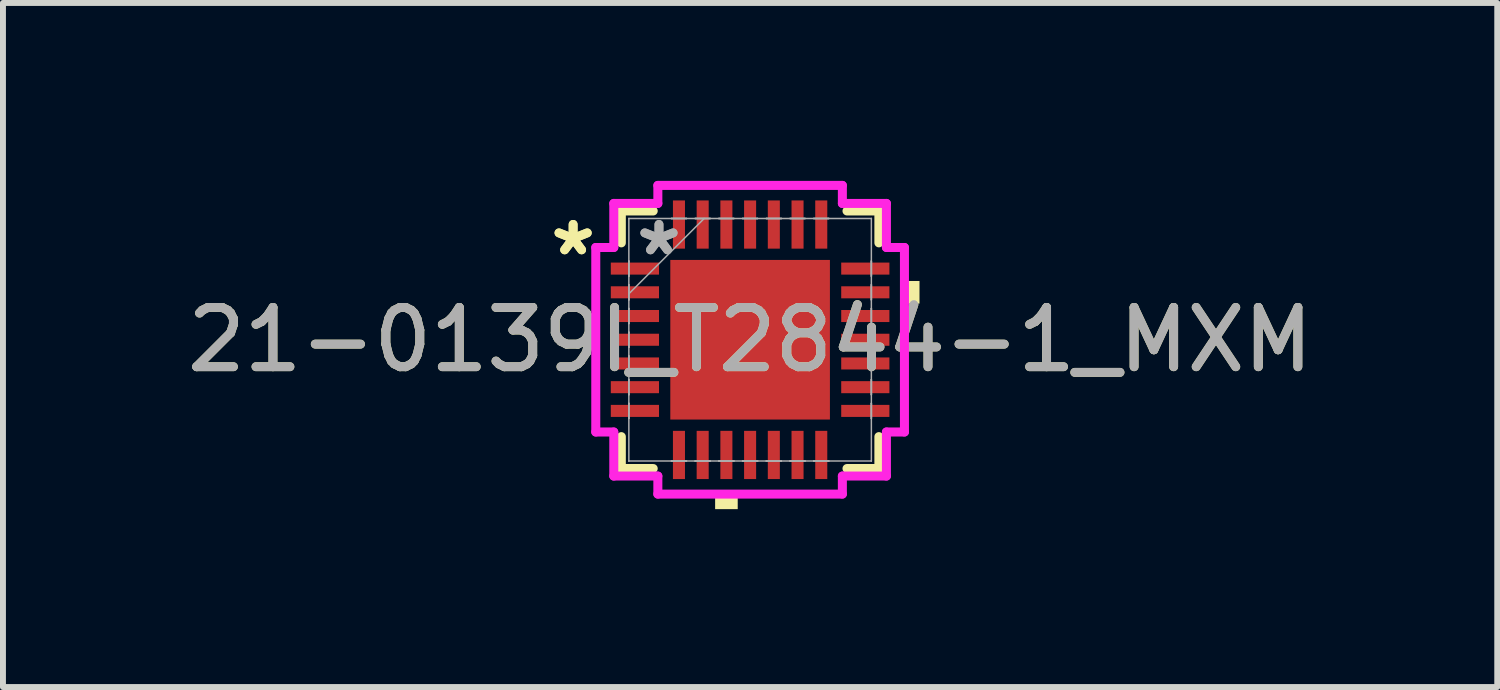
<source format=kicad_pcb>
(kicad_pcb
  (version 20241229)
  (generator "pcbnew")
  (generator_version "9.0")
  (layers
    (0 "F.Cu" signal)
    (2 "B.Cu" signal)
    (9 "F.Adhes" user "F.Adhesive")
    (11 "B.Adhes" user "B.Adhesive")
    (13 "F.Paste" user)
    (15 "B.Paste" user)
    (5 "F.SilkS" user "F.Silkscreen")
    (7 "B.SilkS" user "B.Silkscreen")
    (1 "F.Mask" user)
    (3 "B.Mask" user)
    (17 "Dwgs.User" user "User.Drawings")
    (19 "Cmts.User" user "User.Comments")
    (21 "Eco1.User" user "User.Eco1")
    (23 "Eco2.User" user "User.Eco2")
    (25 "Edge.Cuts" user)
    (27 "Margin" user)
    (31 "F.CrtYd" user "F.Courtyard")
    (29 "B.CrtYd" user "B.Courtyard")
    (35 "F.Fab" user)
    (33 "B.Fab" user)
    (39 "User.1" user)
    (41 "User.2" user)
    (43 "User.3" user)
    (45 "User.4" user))
  (footprint "21-0139I_T2844-1_MXM"
    (layer "F.Cu")
    (at 9.601 2.68)
    (property "Reference" "21-0139I_T2844-1_MXM" (at 0 0 0) (unlocked yes) (layer "F.SilkS") (effects (font (size 1 1) (thickness 0.15))))
    (attr smd)
    (fp_line (start -2.172 -2.172) (end -2.172 -1.634) (stroke (width 0.152) (type solid)) (layer "F.SilkS"))
    (fp_line (start -2.172 1.634) (end -2.172 2.172) (stroke (width 0.152) (type solid)) (layer "F.SilkS"))
    (fp_line (start -2.172 2.172) (end -1.634 2.172) (stroke (width 0.152) (type solid)) (layer "F.SilkS"))
    (fp_line (start -1.634 -2.172) (end -2.172 -2.172) (stroke (width 0.152) (type solid)) (layer "F.SilkS"))
    (fp_line (start 1.634 2.172) (end 2.172 2.172) (stroke (width 0.152) (type solid)) (layer "F.SilkS"))
    (fp_line (start 2.172 -2.172) (end 1.634 -2.172) (stroke (width 0.152) (type solid)) (layer "F.SilkS"))
    (fp_line (start 2.172 -1.634) (end 2.172 -2.172) (stroke (width 0.152) (type solid)) (layer "F.SilkS"))
    (fp_line (start 2.172 2.172) (end 2.172 1.634) (stroke (width 0.152) (type solid)) (layer "F.SilkS"))
    (fp_poly (pts (xy -0.59 2.603) (xy -0.59 2.857) (xy -0.209 2.857) (xy -0.209 2.603)) (stroke (width 0) (type solid)) (fill yes) (layer "F.SilkS"))
    (fp_poly (pts (xy 2.857 -0.991) (xy 2.857 -0.61) (xy 2.603 -0.61) (xy 2.603 -0.991)) (stroke (width 0) (type solid)) (fill yes) (layer "F.SilkS"))
    (fp_poly (pts (xy -1.246 -1.246) (xy -1.246 -0.1) (xy -0.1 -0.1) (xy -0.1 -1.246)) (stroke (width 0) (type solid)) (fill yes) (layer "F.Paste"))
    (fp_poly (pts (xy -1.246 0.1) (xy -1.246 1.246) (xy -0.1 1.246) (xy -0.1 0.1)) (stroke (width 0) (type solid)) (fill yes) (layer "F.Paste"))
    (fp_poly (pts (xy 0.1 -1.246) (xy 0.1 -0.1) (xy 1.246 -0.1) (xy 1.246 -1.246)) (stroke (width 0) (type solid)) (fill yes) (layer "F.Paste"))
    (fp_poly (pts (xy 0.1 0.1) (xy 0.1 1.246) (xy 1.246 1.246) (xy 1.246 0.1)) (stroke (width 0) (type solid)) (fill yes) (layer "F.Paste"))
    (fp_line (start -2.603 -1.556) (end -2.299 -1.556) (stroke (width 0.152) (type solid)) (layer "F.CrtYd"))
    (fp_line (start -2.603 1.556) (end -2.603 -1.556) (stroke (width 0.152) (type solid)) (layer "F.CrtYd"))
    (fp_line (start -2.299 -2.299) (end -1.556 -2.299) (stroke (width 0.152) (type solid)) (layer "F.CrtYd"))
    (fp_line (start -2.299 -1.556) (end -2.299 -2.299) (stroke (width 0.152) (type solid)) (layer "F.CrtYd"))
    (fp_line (start -2.299 1.556) (end -2.603 1.556) (stroke (width 0.152) (type solid)) (layer "F.CrtYd"))
    (fp_line (start -2.299 2.299) (end -2.299 1.556) (stroke (width 0.152) (type solid)) (layer "F.CrtYd"))
    (fp_line (start -1.556 -2.603) (end 1.556 -2.603) (stroke (width 0.152) (type solid)) (layer "F.CrtYd"))
    (fp_line (start -1.556 -2.299) (end -1.556 -2.603) (stroke (width 0.152) (type solid)) (layer "F.CrtYd"))
    (fp_line (start -1.556 2.299) (end -2.299 2.299) (stroke (width 0.152) (type solid)) (layer "F.CrtYd"))
    (fp_line (start -1.556 2.603) (end -1.556 2.299) (stroke (width 0.152) (type solid)) (layer "F.CrtYd"))
    (fp_line (start 1.556 -2.603) (end 1.556 -2.299) (stroke (width 0.152) (type solid)) (layer "F.CrtYd"))
    (fp_line (start 1.556 -2.299) (end 2.299 -2.299) (stroke (width 0.152) (type solid)) (layer "F.CrtYd"))
    (fp_line (start 1.556 2.299) (end 1.556 2.603) (stroke (width 0.152) (type solid)) (layer "F.CrtYd"))
    (fp_line (start 1.556 2.603) (end -1.556 2.603) (stroke (width 0.152) (type solid)) (layer "F.CrtYd"))
    (fp_line (start 2.299 -2.299) (end 2.299 -1.556) (stroke (width 0.152) (type solid)) (layer "F.CrtYd"))
    (fp_line (start 2.299 -1.556) (end 2.603 -1.556) (stroke (width 0.152) (type solid)) (layer "F.CrtYd"))
    (fp_line (start 2.299 1.556) (end 2.299 2.299) (stroke (width 0.152) (type solid)) (layer "F.CrtYd"))
    (fp_line (start 2.299 2.299) (end 1.556 2.299) (stroke (width 0.152) (type solid)) (layer "F.CrtYd"))
    (fp_line (start 2.603 -1.556) (end 2.603 1.556) (stroke (width 0.152) (type solid)) (layer "F.CrtYd"))
    (fp_line (start 2.603 1.556) (end 2.299 1.556) (stroke (width 0.152) (type solid)) (layer "F.CrtYd"))
    (fp_line (start -2.045 -2.045) (end -2.045 -2.045) (stroke (width 0.025) (type solid)) (layer "F.Fab"))
    (fp_line (start -2.045 -2.045) (end -2.045 2.045) (stroke (width 0.025) (type solid)) (layer "F.Fab"))
    (fp_line (start -2.045 -1.327) (end -2.045 -1.327) (stroke (width 0.025) (type solid)) (layer "F.Fab"))
    (fp_line (start -2.045 -1.327) (end -2.045 -1.073) (stroke (width 0.025) (type solid)) (layer "F.Fab"))
    (fp_line (start -2.045 -1.073) (end -2.045 -1.327) (stroke (width 0.025) (type solid)) (layer "F.Fab"))
    (fp_line (start -2.045 -1.073) (end -2.045 -1.073) (stroke (width 0.025) (type solid)) (layer "F.Fab"))
    (fp_line (start -2.045 -0.927) (end -2.045 -0.927) (stroke (width 0.025) (type solid)) (layer "F.Fab"))
    (fp_line (start -2.045 -0.927) (end -2.045 -0.673) (stroke (width 0.025) (type solid)) (layer "F.Fab"))
    (fp_line (start -2.045 -0.775) (end -0.775 -2.045) (stroke (width 0.025) (type solid)) (layer "F.Fab"))
    (fp_line (start -2.045 -0.673) (end -2.045 -0.927) (stroke (width 0.025) (type solid)) (layer "F.Fab"))
    (fp_line (start -2.045 -0.673) (end -2.045 -0.673) (stroke (width 0.025) (type solid)) (layer "F.Fab"))
    (fp_line (start -2.045 -0.527) (end -2.045 -0.527) (stroke (width 0.025) (type solid)) (layer "F.Fab"))
    (fp_line (start -2.045 -0.527) (end -2.045 -0.273) (stroke (width 0.025) (type solid)) (layer "F.Fab"))
    (fp_line (start -2.045 -0.273) (end -2.045 -0.527) (stroke (width 0.025) (type solid)) (layer "F.Fab"))
    (fp_line (start -2.045 -0.273) (end -2.045 -0.273) (stroke (width 0.025) (type solid)) (layer "F.Fab"))
    (fp_line (start -2.045 -0.127) (end -2.045 -0.127) (stroke (width 0.025) (type solid)) (layer "F.Fab"))
    (fp_line (start -2.045 -0.127) (end -2.045 0.127) (stroke (width 0.025) (type solid)) (layer "F.Fab"))
    (fp_line (start -2.045 0.127) (end -2.045 -0.127) (stroke (width 0.025) (type solid)) (layer "F.Fab"))
    (fp_line (start -2.045 0.127) (end -2.045 0.127) (stroke (width 0.025) (type solid)) (layer "F.Fab"))
    (fp_line (start -2.045 0.273) (end -2.045 0.273) (stroke (width 0.025) (type solid)) (layer "F.Fab"))
    (fp_line (start -2.045 0.273) (end -2.045 0.527) (stroke (width 0.025) (type solid)) (layer "F.Fab"))
    (fp_line (start -2.045 0.527) (end -2.045 0.273) (stroke (width 0.025) (type solid)) (layer "F.Fab"))
    (fp_line (start -2.045 0.527) (end -2.045 0.527) (stroke (width 0.025) (type solid)) (layer "F.Fab"))
    (fp_line (start -2.045 0.673) (end -2.045 0.673) (stroke (width 0.025) (type solid)) (layer "F.Fab"))
    (fp_line (start -2.045 0.673) (end -2.045 0.927) (stroke (width 0.025) (type solid)) (layer "F.Fab"))
    (fp_line (start -2.045 0.927) (end -2.045 0.673) (stroke (width 0.025) (type solid)) (layer "F.Fab"))
    (fp_line (start -2.045 0.927) (end -2.045 0.927) (stroke (width 0.025) (type solid)) (layer "F.Fab"))
    (fp_line (start -2.045 1.073) (end -2.045 1.073) (stroke (width 0.025) (type solid)) (layer "F.Fab"))
    (fp_line (start -2.045 1.073) (end -2.045 1.327) (stroke (width 0.025) (type solid)) (layer "F.Fab"))
    (fp_line (start -2.045 1.327) (end -2.045 1.073) (stroke (width 0.025) (type solid)) (layer "F.Fab"))
    (fp_line (start -2.045 1.327) (end -2.045 1.327) (stroke (width 0.025) (type solid)) (layer "F.Fab"))
    (fp_line (start -2.045 2.045) (end -2.045 2.045) (stroke (width 0.025) (type solid)) (layer "F.Fab"))
    (fp_line (start -2.045 2.045) (end 2.045 2.045) (stroke (width 0.025) (type solid)) (layer "F.Fab"))
    (fp_line (start -1.327 -2.045) (end -1.327 -2.045) (stroke (width 0.025) (type solid)) (layer "F.Fab"))
    (fp_line (start -1.327 -2.045) (end -1.073 -2.045) (stroke (width 0.025) (type solid)) (layer "F.Fab"))
    (fp_line (start -1.327 2.045) (end -1.327 2.045) (stroke (width 0.025) (type solid)) (layer "F.Fab"))
    (fp_line (start -1.327 2.045) (end -1.073 2.045) (stroke (width 0.025) (type solid)) (layer "F.Fab"))
    (fp_line (start -1.073 -2.045) (end -1.327 -2.045) (stroke (width 0.025) (type solid)) (layer "F.Fab"))
    (fp_line (start -1.073 -2.045) (end -1.073 -2.045) (stroke (width 0.025) (type solid)) (layer "F.Fab"))
    (fp_line (start -1.073 2.045) (end -1.327 2.045) (stroke (width 0.025) (type solid)) (layer "F.Fab"))
    (fp_line (start -1.073 2.045) (end -1.073 2.045) (stroke (width 0.025) (type solid)) (layer "F.Fab"))
    (fp_line (start -0.927 -2.045) (end -0.927 -2.045) (stroke (width 0.025) (type solid)) (layer "F.Fab"))
    (fp_line (start -0.927 -2.045) (end -0.673 -2.045) (stroke (width 0.025) (type solid)) (layer "F.Fab"))
    (fp_line (start -0.927 2.045) (end -0.927 2.045) (stroke (width 0.025) (type solid)) (layer "F.Fab"))
    (fp_line (start -0.927 2.045) (end -0.673 2.045) (stroke (width 0.025) (type solid)) (layer "F.Fab"))
    (fp_line (start -0.673 -2.045) (end -0.927 -2.045) (stroke (width 0.025) (type solid)) (layer "F.Fab"))
    (fp_line (start -0.673 -2.045) (end -0.673 -2.045) (stroke (width 0.025) (type solid)) (layer "F.Fab"))
    (fp_line (start -0.673 2.045) (end -0.927 2.045) (stroke (width 0.025) (type solid)) (layer "F.Fab"))
    (fp_line (start -0.673 2.045) (end -0.673 2.045) (stroke (width 0.025) (type solid)) (layer "F.Fab"))
    (fp_line (start -0.527 -2.045) (end -0.527 -2.045) (stroke (width 0.025) (type solid)) (layer "F.Fab"))
    (fp_line (start -0.527 -2.045) (end -0.273 -2.045) (stroke (width 0.025) (type solid)) (layer "F.Fab"))
    (fp_line (start -0.527 2.045) (end -0.527 2.045) (stroke (width 0.025) (type solid)) (layer "F.Fab"))
    (fp_line (start -0.527 2.045) (end -0.273 2.045) (stroke (width 0.025) (type solid)) (layer "F.Fab"))
    (fp_line (start -0.273 -2.045) (end -0.527 -2.045) (stroke (width 0.025) (type solid)) (layer "F.Fab"))
    (fp_line (start -0.273 -2.045) (end -0.273 -2.045) (stroke (width 0.025) (type solid)) (layer "F.Fab"))
    (fp_line (start -0.273 2.045) (end -0.527 2.045) (stroke (width 0.025) (type solid)) (layer "F.Fab"))
    (fp_line (start -0.273 2.045) (end -0.273 2.045) (stroke (width 0.025) (type solid)) (layer "F.Fab"))
    (fp_line (start -0.127 -2.045) (end -0.127 -2.045) (stroke (width 0.025) (type solid)) (layer "F.Fab"))
    (fp_line (start -0.127 -2.045) (end 0.127 -2.045) (stroke (width 0.025) (type solid)) (layer "F.Fab"))
    (fp_line (start -0.127 2.045) (end -0.127 2.045) (stroke (width 0.025) (type solid)) (layer "F.Fab"))
    (fp_line (start -0.127 2.045) (end 0.127 2.045) (stroke (width 0.025) (type solid)) (layer "F.Fab"))
    (fp_line (start 0.127 -2.045) (end -0.127 -2.045) (stroke (width 0.025) (type solid)) (layer "F.Fab"))
    (fp_line (start 0.127 -2.045) (end 0.127 -2.045) (stroke (width 0.025) (type solid)) (layer "F.Fab"))
    (fp_line (start 0.127 2.045) (end -0.127 2.045) (stroke (width 0.025) (type solid)) (layer "F.Fab"))
    (fp_line (start 0.127 2.045) (end 0.127 2.045) (stroke (width 0.025) (type solid)) (layer "F.Fab"))
    (fp_line (start 0.273 -2.045) (end 0.273 -2.045) (stroke (width 0.025) (type solid)) (layer "F.Fab"))
    (fp_line (start 0.273 -2.045) (end 0.527 -2.045) (stroke (width 0.025) (type solid)) (layer "F.Fab"))
    (fp_line (start 0.273 2.045) (end 0.273 2.045) (stroke (width 0.025) (type solid)) (layer "F.Fab"))
    (fp_line (start 0.273 2.045) (end 0.527 2.045) (stroke (width 0.025) (type solid)) (layer "F.Fab"))
    (fp_line (start 0.527 -2.045) (end 0.273 -2.045) (stroke (width 0.025) (type solid)) (layer "F.Fab"))
    (fp_line (start 0.527 -2.045) (end 0.527 -2.045) (stroke (width 0.025) (type solid)) (layer "F.Fab"))
    (fp_line (start 0.527 2.045) (end 0.273 2.045) (stroke (width 0.025) (type solid)) (layer "F.Fab"))
    (fp_line (start 0.527 2.045) (end 0.527 2.045) (stroke (width 0.025) (type solid)) (layer "F.Fab"))
    (fp_line (start 0.673 -2.045) (end 0.673 -2.045) (stroke (width 0.025) (type solid)) (layer "F.Fab"))
    (fp_line (start 0.673 -2.045) (end 0.927 -2.045) (stroke (width 0.025) (type solid)) (layer "F.Fab"))
    (fp_line (start 0.673 2.045) (end 0.673 2.045) (stroke (width 0.025) (type solid)) (layer "F.Fab"))
    (fp_line (start 0.673 2.045) (end 0.927 2.045) (stroke (width 0.025) (type solid)) (layer "F.Fab"))
    (fp_line (start 0.927 -2.045) (end 0.673 -2.045) (stroke (width 0.025) (type solid)) (layer "F.Fab"))
    (fp_line (start 0.927 -2.045) (end 0.927 -2.045) (stroke (width 0.025) (type solid)) (layer "F.Fab"))
    (fp_line (start 0.927 2.045) (end 0.673 2.045) (stroke (width 0.025) (type solid)) (layer "F.Fab"))
    (fp_line (start 0.927 2.045) (end 0.927 2.045) (stroke (width 0.025) (type solid)) (layer "F.Fab"))
    (fp_line (start 1.073 -2.045) (end 1.073 -2.045) (stroke (width 0.025) (type solid)) (layer "F.Fab"))
    (fp_line (start 1.073 -2.045) (end 1.327 -2.045) (stroke (width 0.025) (type solid)) (layer "F.Fab"))
    (fp_line (start 1.073 2.045) (end 1.073 2.045) (stroke (width 0.025) (type solid)) (layer "F.Fab"))
    (fp_line (start 1.073 2.045) (end 1.327 2.045) (stroke (width 0.025) (type solid)) (layer "F.Fab"))
    (fp_line (start 1.327 -2.045) (end 1.073 -2.045) (stroke (width 0.025) (type solid)) (layer "F.Fab"))
    (fp_line (start 1.327 -2.045) (end 1.327 -2.045) (stroke (width 0.025) (type solid)) (layer "F.Fab"))
    (fp_line (start 1.327 2.045) (end 1.073 2.045) (stroke (width 0.025) (type solid)) (layer "F.Fab"))
    (fp_line (start 1.327 2.045) (end 1.327 2.045) (stroke (width 0.025) (type solid)) (layer "F.Fab"))
    (fp_line (start 2.045 -2.045) (end -2.045 -2.045) (stroke (width 0.025) (type solid)) (layer "F.Fab"))
    (fp_line (start 2.045 -2.045) (end 2.045 -2.045) (stroke (width 0.025) (type solid)) (layer "F.Fab"))
    (fp_line (start 2.045 -1.327) (end 2.045 -1.327) (stroke (width 0.025) (type solid)) (layer "F.Fab"))
    (fp_line (start 2.045 -1.327) (end 2.045 -1.073) (stroke (width 0.025) (type solid)) (layer "F.Fab"))
    (fp_line (start 2.045 -1.073) (end 2.045 -1.327) (stroke (width 0.025) (type solid)) (layer "F.Fab"))
    (fp_line (start 2.045 -1.073) (end 2.045 -1.073) (stroke (width 0.025) (type solid)) (layer "F.Fab"))
    (fp_line (start 2.045 -0.927) (end 2.045 -0.927) (stroke (width 0.025) (type solid)) (layer "F.Fab"))
    (fp_line (start 2.045 -0.927) (end 2.045 -0.673) (stroke (width 0.025) (type solid)) (layer "F.Fab"))
    (fp_line (start 2.045 -0.673) (end 2.045 -0.927) (stroke (width 0.025) (type solid)) (layer "F.Fab"))
    (fp_line (start 2.045 -0.673) (end 2.045 -0.673) (stroke (width 0.025) (type solid)) (layer "F.Fab"))
    (fp_line (start 2.045 -0.527) (end 2.045 -0.527) (stroke (width 0.025) (type solid)) (layer "F.Fab"))
    (fp_line (start 2.045 -0.527) (end 2.045 -0.273) (stroke (width 0.025) (type solid)) (layer "F.Fab"))
    (fp_line (start 2.045 -0.273) (end 2.045 -0.527) (stroke (width 0.025) (type solid)) (layer "F.Fab"))
    (fp_line (start 2.045 -0.273) (end 2.045 -0.273) (stroke (width 0.025) (type solid)) (layer "F.Fab"))
    (fp_line (start 2.045 -0.127) (end 2.045 -0.127) (stroke (width 0.025) (type solid)) (layer "F.Fab"))
    (fp_line (start 2.045 -0.127) (end 2.045 0.127) (stroke (width 0.025) (type solid)) (layer "F.Fab"))
    (fp_line (start 2.045 0.127) (end 2.045 -0.127) (stroke (width 0.025) (type solid)) (layer "F.Fab"))
    (fp_line (start 2.045 0.127) (end 2.045 0.127) (stroke (width 0.025) (type solid)) (layer "F.Fab"))
    (fp_line (start 2.045 0.273) (end 2.045 0.273) (stroke (width 0.025) (type solid)) (layer "F.Fab"))
    (fp_line (start 2.045 0.273) (end 2.045 0.527) (stroke (width 0.025) (type solid)) (layer "F.Fab"))
    (fp_line (start 2.045 0.527) (end 2.045 0.273) (stroke (width 0.025) (type solid)) (layer "F.Fab"))
    (fp_line (start 2.045 0.527) (end 2.045 0.527) (stroke (width 0.025) (type solid)) (layer "F.Fab"))
    (fp_line (start 2.045 0.673) (end 2.045 0.673) (stroke (width 0.025) (type solid)) (layer "F.Fab"))
    (fp_line (start 2.045 0.673) (end 2.045 0.927) (stroke (width 0.025) (type solid)) (layer "F.Fab"))
    (fp_line (start 2.045 0.927) (end 2.045 0.673) (stroke (width 0.025) (type solid)) (layer "F.Fab"))
    (fp_line (start 2.045 0.927) (end 2.045 0.927) (stroke (width 0.025) (type solid)) (layer "F.Fab"))
    (fp_line (start 2.045 1.073) (end 2.045 1.073) (stroke (width 0.025) (type solid)) (layer "F.Fab"))
    (fp_line (start 2.045 1.073) (end 2.045 1.327) (stroke (width 0.025) (type solid)) (layer "F.Fab"))
    (fp_line (start 2.045 1.327) (end 2.045 1.073) (stroke (width 0.025) (type solid)) (layer "F.Fab"))
    (fp_line (start 2.045 1.327) (end 2.045 1.327) (stroke (width 0.025) (type solid)) (layer "F.Fab"))
    (fp_line (start 2.045 2.045) (end 2.045 -2.045) (stroke (width 0.025) (type solid)) (layer "F.Fab"))
    (fp_line (start 2.045 2.045) (end 2.045 2.045) (stroke (width 0.025) (type solid)) (layer "F.Fab"))
    (fp_text user "*" (at -2.985 -1.4 0) (unlocked yes) (layer "F.SilkS") (effects (font (size 1 1) (thickness 0.15))))
    (fp_text user "*" (at -2.985 -1.4 0) (layer "F.SilkS") (effects (font (size 1 1) (thickness 0.15))))
    (fp_text user "*" (at -1.537 -1.4 0) (layer "F.Fab") (effects (font (size 1 1) (thickness 0.15))))
    (fp_text user "*" (at -1.537 -1.4 0) (unlocked yes) (layer "F.Fab") (effects (font (size 1 1) (thickness 0.15))))
    (fp_text user "${REFERENCE}" (at 0 0 0) (unlocked yes) (layer "F.Fab") (effects (font (size 1 1) (thickness 0.15))))
    (pad "1" smd rect (at -1.943 -1.2 90) (size 0.203 0.813) (layers "F.Cu" "F.Mask" "F.Paste"))
    (pad "2" smd rect (at -1.943 -0.8 90) (size 0.203 0.813) (layers "F.Cu" "F.Mask" "F.Paste"))
    (pad "3" smd rect (at -1.943 -0.4 90) (size 0.203 0.813) (layers "F.Cu" "F.Mask" "F.Paste"))
    (pad "4" smd rect (at -1.943 0 90) (size 0.203 0.813) (layers "F.Cu" "F.Mask" "F.Paste"))
    (pad "5" smd rect (at -1.943 0.4 90) (size 0.203 0.813) (layers "F.Cu" "F.Mask" "F.Paste"))
    (pad "6" smd rect (at -1.943 0.8 90) (size 0.203 0.813) (layers "F.Cu" "F.Mask" "F.Paste"))
    (pad "7" smd rect (at -1.943 1.2 90) (size 0.203 0.813) (layers "F.Cu" "F.Mask" "F.Paste"))
    (pad "8" smd rect (at -1.2 1.943) (size 0.203 0.813) (layers "F.Cu" "F.Mask" "F.Paste"))
    (pad "9" smd rect (at -0.8 1.943) (size 0.203 0.813) (layers "F.Cu" "F.Mask" "F.Paste"))
    (pad "10" smd rect (at -0.4 1.943) (size 0.203 0.813) (layers "F.Cu" "F.Mask" "F.Paste"))
    (pad "11" smd rect (at 0 1.943) (size 0.203 0.813) (layers "F.Cu" "F.Mask" "F.Paste"))
    (pad "12" smd rect (at 0.4 1.943) (size 0.203 0.813) (layers "F.Cu" "F.Mask" "F.Paste"))
    (pad "13" smd rect (at 0.8 1.943) (size 0.203 0.813) (layers "F.Cu" "F.Mask" "F.Paste"))
    (pad "14" smd rect (at 1.2 1.943) (size 0.203 0.813) (layers "F.Cu" "F.Mask" "F.Paste"))
    (pad "15" smd rect (at 1.943 1.2 90) (size 0.203 0.813) (layers "F.Cu" "F.Mask" "F.Paste"))
    (pad "16" smd rect (at 1.943 0.8 90) (size 0.203 0.813) (layers "F.Cu" "F.Mask" "F.Paste"))
    (pad "17" smd rect (at 1.943 0.4 90) (size 0.203 0.813) (layers "F.Cu" "F.Mask" "F.Paste"))
    (pad "18" smd rect (at 1.943 0 90) (size 0.203 0.813) (layers "F.Cu" "F.Mask" "F.Paste"))
    (pad "19" smd rect (at 1.943 -0.4 90) (size 0.203 0.813) (layers "F.Cu" "F.Mask" "F.Paste"))
    (pad "20" smd rect (at 1.943 -0.8 90) (size 0.203 0.813) (layers "F.Cu" "F.Mask" "F.Paste"))
    (pad "21" smd rect (at 1.943 -1.2 90) (size 0.203 0.813) (layers "F.Cu" "F.Mask" "F.Paste"))
    (pad "22" smd rect (at 1.2 -1.943) (size 0.203 0.813) (layers "F.Cu" "F.Mask" "F.Paste"))
    (pad "23" smd rect (at 0.8 -1.943) (size 0.203 0.813) (layers "F.Cu" "F.Mask" "F.Paste"))
    (pad "24" smd rect (at 0.4 -1.943) (size 0.203 0.813) (layers "F.Cu" "F.Mask" "F.Paste"))
    (pad "25" smd rect (at 0 -1.943) (size 0.203 0.813) (layers "F.Cu" "F.Mask" "F.Paste"))
    (pad "26" smd rect (at -0.4 -1.943) (size 0.203 0.813) (layers "F.Cu" "F.Mask" "F.Paste"))
    (pad "27" smd rect (at -0.8 -1.943) (size 0.203 0.813) (layers "F.Cu" "F.Mask" "F.Paste"))
    (pad "28" smd rect (at -1.2 -1.943) (size 0.203 0.813) (layers "F.Cu" "F.Mask" "F.Paste"))
    (pad "29" smd rect (at 0 0) (size 2.692 2.692) (layers "F.Cu" "F.Mask" "F.Paste")))
  (gr_rect
    (start -3 -3)
    (end 22.202 8.537)
    (stroke (width 0.1) (type default))
    (fill no)
    (layer "Edge.Cuts")))
</source>
